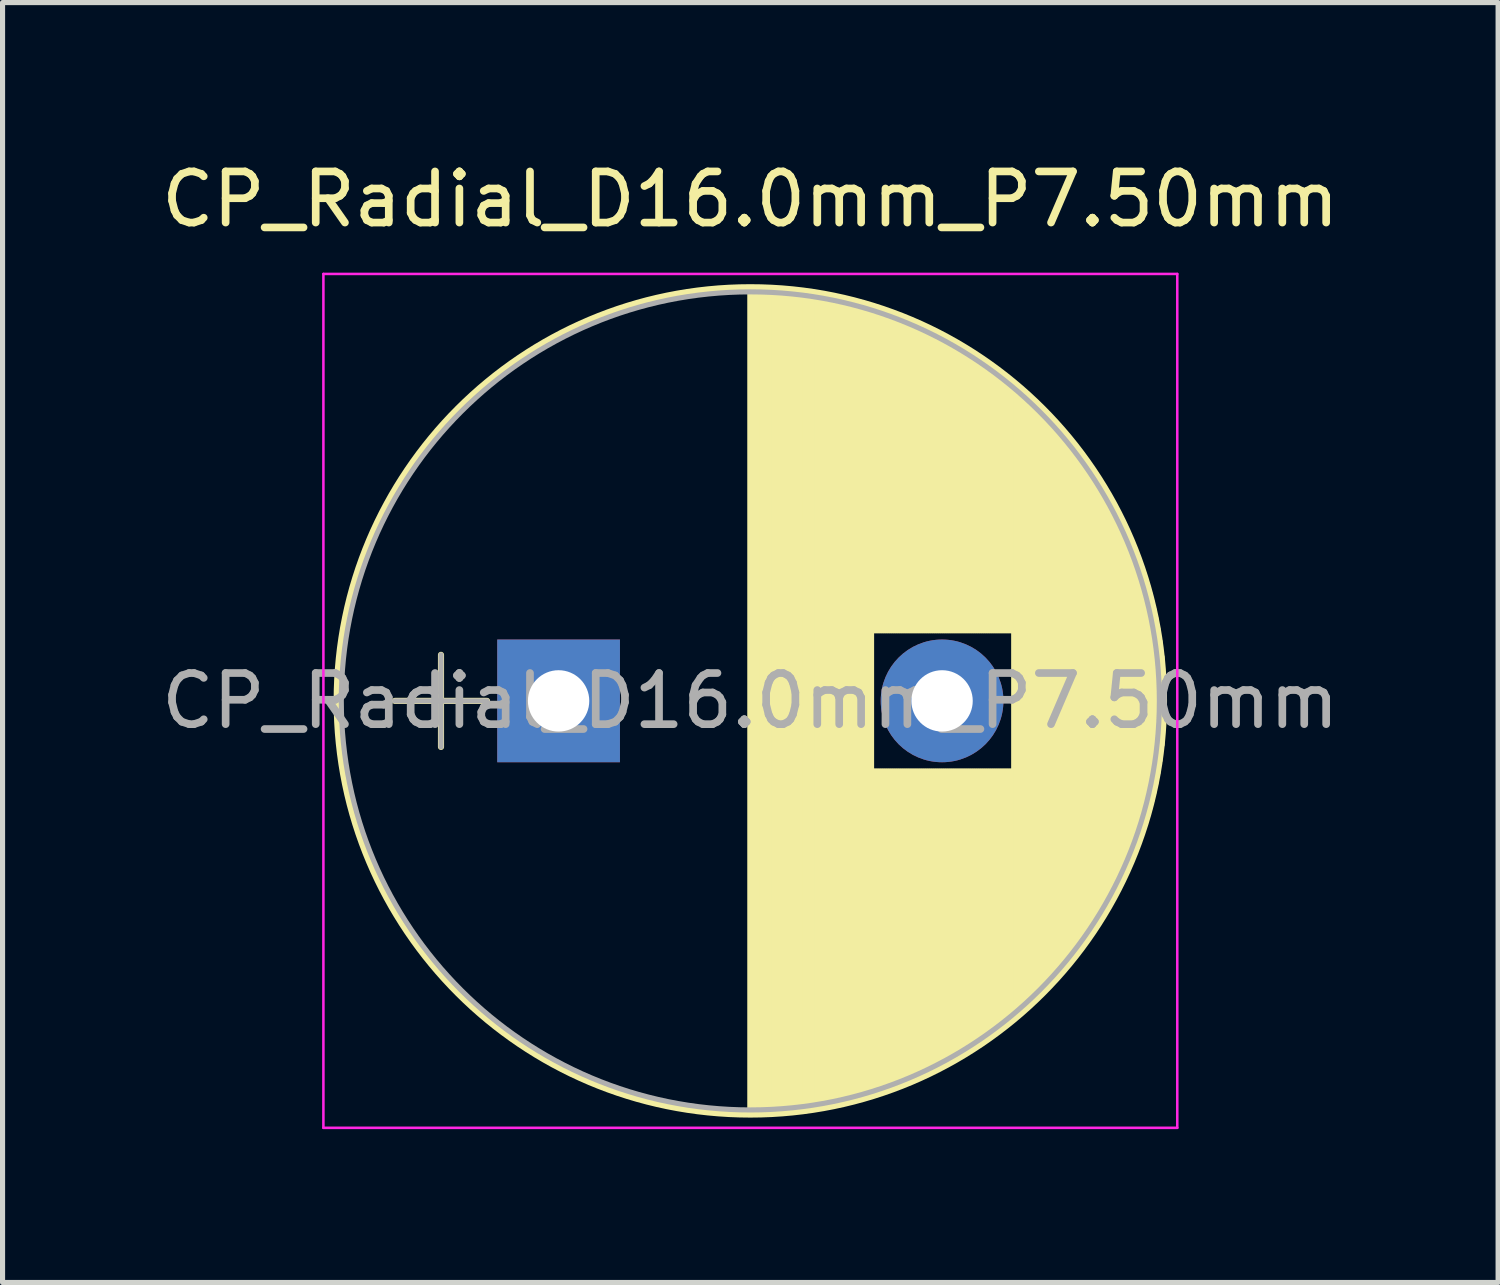
<source format=kicad_pcb>
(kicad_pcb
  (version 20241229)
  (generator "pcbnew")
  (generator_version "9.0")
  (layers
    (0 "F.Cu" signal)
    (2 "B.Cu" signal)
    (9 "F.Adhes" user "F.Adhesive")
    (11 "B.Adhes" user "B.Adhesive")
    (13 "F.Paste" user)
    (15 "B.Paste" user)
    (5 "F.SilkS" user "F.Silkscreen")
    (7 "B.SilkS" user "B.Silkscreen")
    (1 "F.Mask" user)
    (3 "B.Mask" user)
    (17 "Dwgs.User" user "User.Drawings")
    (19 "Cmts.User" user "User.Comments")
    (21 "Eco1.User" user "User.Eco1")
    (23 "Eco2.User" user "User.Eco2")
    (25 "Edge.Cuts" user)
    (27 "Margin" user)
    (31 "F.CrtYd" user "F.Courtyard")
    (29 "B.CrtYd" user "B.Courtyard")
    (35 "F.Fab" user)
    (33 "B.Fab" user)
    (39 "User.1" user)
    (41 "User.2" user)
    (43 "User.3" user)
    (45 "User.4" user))
  (footprint "CP_Radial_D16.0mm_P7.50mm"
    (layer "F.Cu")
    (at 7.875 10.658)
    (property "Reference" "CP_Radial_D16.0mm_P7.50mm" (at 3.75 -9.81 0) (layer "F.SilkS") (effects (font (size 1 1) (thickness 0.15))))
    (attr through_hole)
    (fp_line (start -3.2 0) (end -1.4 0) (stroke (width 0.12) (type solid)) (layer "F.SilkS"))
    (fp_line (start -2.3 -0.9) (end -2.3 0.9) (stroke (width 0.12) (type solid)) (layer "F.SilkS"))
    (fp_line (start 3.75 -8.051) (end 3.75 8.051) (stroke (width 0.12) (type solid)) (layer "F.SilkS"))
    (fp_line (start 3.79 -8.05) (end 3.79 8.05) (stroke (width 0.12) (type solid)) (layer "F.SilkS"))
    (fp_line (start 3.83 -8.05) (end 3.83 8.05) (stroke (width 0.12) (type solid)) (layer "F.SilkS"))
    (fp_line (start 3.87 -8.05) (end 3.87 8.05) (stroke (width 0.12) (type solid)) (layer "F.SilkS"))
    (fp_line (start 3.91 -8.049) (end 3.91 8.049) (stroke (width 0.12) (type solid)) (layer "F.SilkS"))
    (fp_line (start 3.95 -8.048) (end 3.95 8.048) (stroke (width 0.12) (type solid)) (layer "F.SilkS"))
    (fp_line (start 3.99 -8.047) (end 3.99 8.047) (stroke (width 0.12) (type solid)) (layer "F.SilkS"))
    (fp_line (start 4.03 -8.046) (end 4.03 8.046) (stroke (width 0.12) (type solid)) (layer "F.SilkS"))
    (fp_line (start 4.07 -8.044) (end 4.07 8.044) (stroke (width 0.12) (type solid)) (layer "F.SilkS"))
    (fp_line (start 4.11 -8.042) (end 4.11 8.042) (stroke (width 0.12) (type solid)) (layer "F.SilkS"))
    (fp_line (start 4.15 -8.041) (end 4.15 8.041) (stroke (width 0.12) (type solid)) (layer "F.SilkS"))
    (fp_line (start 4.19 -8.039) (end 4.19 8.039) (stroke (width 0.12) (type solid)) (layer "F.SilkS"))
    (fp_line (start 4.23 -8.036) (end 4.23 8.036) (stroke (width 0.12) (type solid)) (layer "F.SilkS"))
    (fp_line (start 4.27 -8.034) (end 4.27 8.034) (stroke (width 0.12) (type solid)) (layer "F.SilkS"))
    (fp_line (start 4.31 -8.031) (end 4.31 8.031) (stroke (width 0.12) (type solid)) (layer "F.SilkS"))
    (fp_line (start 4.35 -8.028) (end 4.35 8.028) (stroke (width 0.12) (type solid)) (layer "F.SilkS"))
    (fp_line (start 4.39 -8.025) (end 4.39 8.025) (stroke (width 0.12) (type solid)) (layer "F.SilkS"))
    (fp_line (start 4.43 -8.022) (end 4.43 8.022) (stroke (width 0.12) (type solid)) (layer "F.SilkS"))
    (fp_line (start 4.471 -8.018) (end 4.471 8.018) (stroke (width 0.12) (type solid)) (layer "F.SilkS"))
    (fp_line (start 4.511 -8.015) (end 4.511 8.015) (stroke (width 0.12) (type solid)) (layer "F.SilkS"))
    (fp_line (start 4.551 -8.011) (end 4.551 8.011) (stroke (width 0.12) (type solid)) (layer "F.SilkS"))
    (fp_line (start 4.591 -8.007) (end 4.591 8.007) (stroke (width 0.12) (type solid)) (layer "F.SilkS"))
    (fp_line (start 4.631 -8.002) (end 4.631 8.002) (stroke (width 0.12) (type solid)) (layer "F.SilkS"))
    (fp_line (start 4.671 -7.998) (end 4.671 7.998) (stroke (width 0.12) (type solid)) (layer "F.SilkS"))
    (fp_line (start 4.711 -7.993) (end 4.711 7.993) (stroke (width 0.12) (type solid)) (layer "F.SilkS"))
    (fp_line (start 4.751 -7.988) (end 4.751 7.988) (stroke (width 0.12) (type solid)) (layer "F.SilkS"))
    (fp_line (start 4.791 -7.983) (end 4.791 7.983) (stroke (width 0.12) (type solid)) (layer "F.SilkS"))
    (fp_line (start 4.831 -7.978) (end 4.831 7.978) (stroke (width 0.12) (type solid)) (layer "F.SilkS"))
    (fp_line (start 4.871 -7.973) (end 4.871 7.973) (stroke (width 0.12) (type solid)) (layer "F.SilkS"))
    (fp_line (start 4.911 -7.967) (end 4.911 7.967) (stroke (width 0.12) (type solid)) (layer "F.SilkS"))
    (fp_line (start 4.951 -7.961) (end 4.951 7.961) (stroke (width 0.12) (type solid)) (layer "F.SilkS"))
    (fp_line (start 4.991 -7.955) (end 4.991 7.955) (stroke (width 0.12) (type solid)) (layer "F.SilkS"))
    (fp_line (start 5.031 -7.949) (end 5.031 7.949) (stroke (width 0.12) (type solid)) (layer "F.SilkS"))
    (fp_line (start 5.071 -7.942) (end 5.071 7.942) (stroke (width 0.12) (type solid)) (layer "F.SilkS"))
    (fp_line (start 5.111 -7.935) (end 5.111 7.935) (stroke (width 0.12) (type solid)) (layer "F.SilkS"))
    (fp_line (start 5.151 -7.928) (end 5.151 7.928) (stroke (width 0.12) (type solid)) (layer "F.SilkS"))
    (fp_line (start 5.191 -7.921) (end 5.191 7.921) (stroke (width 0.12) (type solid)) (layer "F.SilkS"))
    (fp_line (start 5.231 -7.914) (end 5.231 7.914) (stroke (width 0.12) (type solid)) (layer "F.SilkS"))
    (fp_line (start 5.271 -7.906) (end 5.271 7.906) (stroke (width 0.12) (type solid)) (layer "F.SilkS"))
    (fp_line (start 5.311 -7.899) (end 5.311 7.899) (stroke (width 0.12) (type solid)) (layer "F.SilkS"))
    (fp_line (start 5.351 -7.891) (end 5.351 7.891) (stroke (width 0.12) (type solid)) (layer "F.SilkS"))
    (fp_line (start 5.391 -7.883) (end 5.391 7.883) (stroke (width 0.12) (type solid)) (layer "F.SilkS"))
    (fp_line (start 5.431 -7.874) (end 5.431 7.874) (stroke (width 0.12) (type solid)) (layer "F.SilkS"))
    (fp_line (start 5.471 -7.866) (end 5.471 7.866) (stroke (width 0.12) (type solid)) (layer "F.SilkS"))
    (fp_line (start 5.511 -7.857) (end 5.511 7.857) (stroke (width 0.12) (type solid)) (layer "F.SilkS"))
    (fp_line (start 5.551 -7.848) (end 5.551 7.848) (stroke (width 0.12) (type solid)) (layer "F.SilkS"))
    (fp_line (start 5.591 -7.838) (end 5.591 7.838) (stroke (width 0.12) (type solid)) (layer "F.SilkS"))
    (fp_line (start 5.631 -7.829) (end 5.631 7.829) (stroke (width 0.12) (type solid)) (layer "F.SilkS"))
    (fp_line (start 5.671 -7.819) (end 5.671 7.819) (stroke (width 0.12) (type solid)) (layer "F.SilkS"))
    (fp_line (start 5.711 -7.809) (end 5.711 7.809) (stroke (width 0.12) (type solid)) (layer "F.SilkS"))
    (fp_line (start 5.751 -7.799) (end 5.751 7.799) (stroke (width 0.12) (type solid)) (layer "F.SilkS"))
    (fp_line (start 5.791 -7.789) (end 5.791 7.789) (stroke (width 0.12) (type solid)) (layer "F.SilkS"))
    (fp_line (start 5.831 -7.779) (end 5.831 7.779) (stroke (width 0.12) (type solid)) (layer "F.SilkS"))
    (fp_line (start 5.871 -7.768) (end 5.871 7.768) (stroke (width 0.12) (type solid)) (layer "F.SilkS"))
    (fp_line (start 5.911 -7.757) (end 5.911 7.757) (stroke (width 0.12) (type solid)) (layer "F.SilkS"))
    (fp_line (start 5.951 -7.746) (end 5.951 7.746) (stroke (width 0.12) (type solid)) (layer "F.SilkS"))
    (fp_line (start 5.991 -7.734) (end 5.991 7.734) (stroke (width 0.12) (type solid)) (layer "F.SilkS"))
    (fp_line (start 6.031 -7.723) (end 6.031 7.723) (stroke (width 0.12) (type solid)) (layer "F.SilkS"))
    (fp_line (start 6.071 -7.711) (end 6.071 7.711) (stroke (width 0.12) (type solid)) (layer "F.SilkS"))
    (fp_line (start 6.111 -7.699) (end 6.111 7.699) (stroke (width 0.12) (type solid)) (layer "F.SilkS"))
    (fp_line (start 6.151 -7.686) (end 6.151 -1.38) (stroke (width 0.12) (type solid)) (layer "F.SilkS"))
    (fp_line (start 6.151 1.38) (end 6.151 7.686) (stroke (width 0.12) (type solid)) (layer "F.SilkS"))
    (fp_line (start 6.191 -7.674) (end 6.191 -1.38) (stroke (width 0.12) (type solid)) (layer "F.SilkS"))
    (fp_line (start 6.191 1.38) (end 6.191 7.674) (stroke (width 0.12) (type solid)) (layer "F.SilkS"))
    (fp_line (start 6.231 -7.661) (end 6.231 -1.38) (stroke (width 0.12) (type solid)) (layer "F.SilkS"))
    (fp_line (start 6.231 1.38) (end 6.231 7.661) (stroke (width 0.12) (type solid)) (layer "F.SilkS"))
    (fp_line (start 6.271 -7.648) (end 6.271 -1.38) (stroke (width 0.12) (type solid)) (layer "F.SilkS"))
    (fp_line (start 6.271 1.38) (end 6.271 7.648) (stroke (width 0.12) (type solid)) (layer "F.SilkS"))
    (fp_line (start 6.311 -7.635) (end 6.311 -1.38) (stroke (width 0.12) (type solid)) (layer "F.SilkS"))
    (fp_line (start 6.311 1.38) (end 6.311 7.635) (stroke (width 0.12) (type solid)) (layer "F.SilkS"))
    (fp_line (start 6.351 -7.621) (end 6.351 -1.38) (stroke (width 0.12) (type solid)) (layer "F.SilkS"))
    (fp_line (start 6.351 1.38) (end 6.351 7.621) (stroke (width 0.12) (type solid)) (layer "F.SilkS"))
    (fp_line (start 6.391 -7.608) (end 6.391 -1.38) (stroke (width 0.12) (type solid)) (layer "F.SilkS"))
    (fp_line (start 6.391 1.38) (end 6.391 7.608) (stroke (width 0.12) (type solid)) (layer "F.SilkS"))
    (fp_line (start 6.431 -7.594) (end 6.431 -1.38) (stroke (width 0.12) (type solid)) (layer "F.SilkS"))
    (fp_line (start 6.431 1.38) (end 6.431 7.594) (stroke (width 0.12) (type solid)) (layer "F.SilkS"))
    (fp_line (start 6.471 -7.58) (end 6.471 -1.38) (stroke (width 0.12) (type solid)) (layer "F.SilkS"))
    (fp_line (start 6.471 1.38) (end 6.471 7.58) (stroke (width 0.12) (type solid)) (layer "F.SilkS"))
    (fp_line (start 6.511 -7.565) (end 6.511 -1.38) (stroke (width 0.12) (type solid)) (layer "F.SilkS"))
    (fp_line (start 6.511 1.38) (end 6.511 7.565) (stroke (width 0.12) (type solid)) (layer "F.SilkS"))
    (fp_line (start 6.551 -7.55) (end 6.551 -1.38) (stroke (width 0.12) (type solid)) (layer "F.SilkS"))
    (fp_line (start 6.551 1.38) (end 6.551 7.55) (stroke (width 0.12) (type solid)) (layer "F.SilkS"))
    (fp_line (start 6.591 -7.536) (end 6.591 -1.38) (stroke (width 0.12) (type solid)) (layer "F.SilkS"))
    (fp_line (start 6.591 1.38) (end 6.591 7.536) (stroke (width 0.12) (type solid)) (layer "F.SilkS"))
    (fp_line (start 6.631 -7.521) (end 6.631 -1.38) (stroke (width 0.12) (type solid)) (layer "F.SilkS"))
    (fp_line (start 6.631 1.38) (end 6.631 7.521) (stroke (width 0.12) (type solid)) (layer "F.SilkS"))
    (fp_line (start 6.671 -7.505) (end 6.671 -1.38) (stroke (width 0.12) (type solid)) (layer "F.SilkS"))
    (fp_line (start 6.671 1.38) (end 6.671 7.505) (stroke (width 0.12) (type solid)) (layer "F.SilkS"))
    (fp_line (start 6.711 -7.49) (end 6.711 -1.38) (stroke (width 0.12) (type solid)) (layer "F.SilkS"))
    (fp_line (start 6.711 1.38) (end 6.711 7.49) (stroke (width 0.12) (type solid)) (layer "F.SilkS"))
    (fp_line (start 6.751 -7.474) (end 6.751 -1.38) (stroke (width 0.12) (type solid)) (layer "F.SilkS"))
    (fp_line (start 6.751 1.38) (end 6.751 7.474) (stroke (width 0.12) (type solid)) (layer "F.SilkS"))
    (fp_line (start 6.791 -7.458) (end 6.791 -1.38) (stroke (width 0.12) (type solid)) (layer "F.SilkS"))
    (fp_line (start 6.791 1.38) (end 6.791 7.458) (stroke (width 0.12) (type solid)) (layer "F.SilkS"))
    (fp_line (start 6.831 -7.441) (end 6.831 -1.38) (stroke (width 0.12) (type solid)) (layer "F.SilkS"))
    (fp_line (start 6.831 1.38) (end 6.831 7.441) (stroke (width 0.12) (type solid)) (layer "F.SilkS"))
    (fp_line (start 6.871 -7.425) (end 6.871 -1.38) (stroke (width 0.12) (type solid)) (layer "F.SilkS"))
    (fp_line (start 6.871 1.38) (end 6.871 7.425) (stroke (width 0.12) (type solid)) (layer "F.SilkS"))
    (fp_line (start 6.911 -7.408) (end 6.911 -1.38) (stroke (width 0.12) (type solid)) (layer "F.SilkS"))
    (fp_line (start 6.911 1.38) (end 6.911 7.408) (stroke (width 0.12) (type solid)) (layer "F.SilkS"))
    (fp_line (start 6.951 -7.391) (end 6.951 -1.38) (stroke (width 0.12) (type solid)) (layer "F.SilkS"))
    (fp_line (start 6.951 1.38) (end 6.951 7.391) (stroke (width 0.12) (type solid)) (layer "F.SilkS"))
    (fp_line (start 6.991 -7.373) (end 6.991 -1.38) (stroke (width 0.12) (type solid)) (layer "F.SilkS"))
    (fp_line (start 6.991 1.38) (end 6.991 7.373) (stroke (width 0.12) (type solid)) (layer "F.SilkS"))
    (fp_line (start 7.031 -7.356) (end 7.031 -1.38) (stroke (width 0.12) (type solid)) (layer "F.SilkS"))
    (fp_line (start 7.031 1.38) (end 7.031 7.356) (stroke (width 0.12) (type solid)) (layer "F.SilkS"))
    (fp_line (start 7.071 -7.338) (end 7.071 -1.38) (stroke (width 0.12) (type solid)) (layer "F.SilkS"))
    (fp_line (start 7.071 1.38) (end 7.071 7.338) (stroke (width 0.12) (type solid)) (layer "F.SilkS"))
    (fp_line (start 7.111 -7.32) (end 7.111 -1.38) (stroke (width 0.12) (type solid)) (layer "F.SilkS"))
    (fp_line (start 7.111 1.38) (end 7.111 7.32) (stroke (width 0.12) (type solid)) (layer "F.SilkS"))
    (fp_line (start 7.151 -7.301) (end 7.151 -1.38) (stroke (width 0.12) (type solid)) (layer "F.SilkS"))
    (fp_line (start 7.151 1.38) (end 7.151 7.301) (stroke (width 0.12) (type solid)) (layer "F.SilkS"))
    (fp_line (start 7.191 -7.283) (end 7.191 -1.38) (stroke (width 0.12) (type solid)) (layer "F.SilkS"))
    (fp_line (start 7.191 1.38) (end 7.191 7.283) (stroke (width 0.12) (type solid)) (layer "F.SilkS"))
    (fp_line (start 7.231 -7.264) (end 7.231 -1.38) (stroke (width 0.12) (type solid)) (layer "F.SilkS"))
    (fp_line (start 7.231 1.38) (end 7.231 7.264) (stroke (width 0.12) (type solid)) (layer "F.SilkS"))
    (fp_line (start 7.271 -7.245) (end 7.271 -1.38) (stroke (width 0.12) (type solid)) (layer "F.SilkS"))
    (fp_line (start 7.271 1.38) (end 7.271 7.245) (stroke (width 0.12) (type solid)) (layer "F.SilkS"))
    (fp_line (start 7.311 -7.225) (end 7.311 -1.38) (stroke (width 0.12) (type solid)) (layer "F.SilkS"))
    (fp_line (start 7.311 1.38) (end 7.311 7.225) (stroke (width 0.12) (type solid)) (layer "F.SilkS"))
    (fp_line (start 7.351 -7.205) (end 7.351 -1.38) (stroke (width 0.12) (type solid)) (layer "F.SilkS"))
    (fp_line (start 7.351 1.38) (end 7.351 7.205) (stroke (width 0.12) (type solid)) (layer "F.SilkS"))
    (fp_line (start 7.391 -7.185) (end 7.391 -1.38) (stroke (width 0.12) (type solid)) (layer "F.SilkS"))
    (fp_line (start 7.391 1.38) (end 7.391 7.185) (stroke (width 0.12) (type solid)) (layer "F.SilkS"))
    (fp_line (start 7.431 -7.165) (end 7.431 -1.38) (stroke (width 0.12) (type solid)) (layer "F.SilkS"))
    (fp_line (start 7.431 1.38) (end 7.431 7.165) (stroke (width 0.12) (type solid)) (layer "F.SilkS"))
    (fp_line (start 7.471 -7.144) (end 7.471 -1.38) (stroke (width 0.12) (type solid)) (layer "F.SilkS"))
    (fp_line (start 7.471 1.38) (end 7.471 7.144) (stroke (width 0.12) (type solid)) (layer "F.SilkS"))
    (fp_line (start 7.511 -7.124) (end 7.511 -1.38) (stroke (width 0.12) (type solid)) (layer "F.SilkS"))
    (fp_line (start 7.511 1.38) (end 7.511 7.124) (stroke (width 0.12) (type solid)) (layer "F.SilkS"))
    (fp_line (start 7.551 -7.102) (end 7.551 -1.38) (stroke (width 0.12) (type solid)) (layer "F.SilkS"))
    (fp_line (start 7.551 1.38) (end 7.551 7.102) (stroke (width 0.12) (type solid)) (layer "F.SilkS"))
    (fp_line (start 7.591 -7.081) (end 7.591 -1.38) (stroke (width 0.12) (type solid)) (layer "F.SilkS"))
    (fp_line (start 7.591 1.38) (end 7.591 7.081) (stroke (width 0.12) (type solid)) (layer "F.SilkS"))
    (fp_line (start 7.631 -7.059) (end 7.631 -1.38) (stroke (width 0.12) (type solid)) (layer "F.SilkS"))
    (fp_line (start 7.631 1.38) (end 7.631 7.059) (stroke (width 0.12) (type solid)) (layer "F.SilkS"))
    (fp_line (start 7.671 -7.037) (end 7.671 -1.38) (stroke (width 0.12) (type solid)) (layer "F.SilkS"))
    (fp_line (start 7.671 1.38) (end 7.671 7.037) (stroke (width 0.12) (type solid)) (layer "F.SilkS"))
    (fp_line (start 7.711 -7.015) (end 7.711 -1.38) (stroke (width 0.12) (type solid)) (layer "F.SilkS"))
    (fp_line (start 7.711 1.38) (end 7.711 7.015) (stroke (width 0.12) (type solid)) (layer "F.SilkS"))
    (fp_line (start 7.751 -6.992) (end 7.751 -1.38) (stroke (width 0.12) (type solid)) (layer "F.SilkS"))
    (fp_line (start 7.751 1.38) (end 7.751 6.992) (stroke (width 0.12) (type solid)) (layer "F.SilkS"))
    (fp_line (start 7.791 -6.97) (end 7.791 -1.38) (stroke (width 0.12) (type solid)) (layer "F.SilkS"))
    (fp_line (start 7.791 1.38) (end 7.791 6.97) (stroke (width 0.12) (type solid)) (layer "F.SilkS"))
    (fp_line (start 7.831 -6.946) (end 7.831 -1.38) (stroke (width 0.12) (type solid)) (layer "F.SilkS"))
    (fp_line (start 7.831 1.38) (end 7.831 6.946) (stroke (width 0.12) (type solid)) (layer "F.SilkS"))
    (fp_line (start 7.871 -6.923) (end 7.871 -1.38) (stroke (width 0.12) (type solid)) (layer "F.SilkS"))
    (fp_line (start 7.871 1.38) (end 7.871 6.923) (stroke (width 0.12) (type solid)) (layer "F.SilkS"))
    (fp_line (start 7.911 -6.899) (end 7.911 -1.38) (stroke (width 0.12) (type solid)) (layer "F.SilkS"))
    (fp_line (start 7.911 1.38) (end 7.911 6.899) (stroke (width 0.12) (type solid)) (layer "F.SilkS"))
    (fp_line (start 7.951 -6.875) (end 7.951 -1.38) (stroke (width 0.12) (type solid)) (layer "F.SilkS"))
    (fp_line (start 7.951 1.38) (end 7.951 6.875) (stroke (width 0.12) (type solid)) (layer "F.SilkS"))
    (fp_line (start 7.991 -6.85) (end 7.991 -1.38) (stroke (width 0.12) (type solid)) (layer "F.SilkS"))
    (fp_line (start 7.991 1.38) (end 7.991 6.85) (stroke (width 0.12) (type solid)) (layer "F.SilkS"))
    (fp_line (start 8.031 -6.826) (end 8.031 -1.38) (stroke (width 0.12) (type solid)) (layer "F.SilkS"))
    (fp_line (start 8.031 1.38) (end 8.031 6.826) (stroke (width 0.12) (type solid)) (layer "F.SilkS"))
    (fp_line (start 8.071 -6.801) (end 8.071 -1.38) (stroke (width 0.12) (type solid)) (layer "F.SilkS"))
    (fp_line (start 8.071 1.38) (end 8.071 6.801) (stroke (width 0.12) (type solid)) (layer "F.SilkS"))
    (fp_line (start 8.111 -6.775) (end 8.111 -1.38) (stroke (width 0.12) (type solid)) (layer "F.SilkS"))
    (fp_line (start 8.111 1.38) (end 8.111 6.775) (stroke (width 0.12) (type solid)) (layer "F.SilkS"))
    (fp_line (start 8.151 -6.749) (end 8.151 -1.38) (stroke (width 0.12) (type solid)) (layer "F.SilkS"))
    (fp_line (start 8.151 1.38) (end 8.151 6.749) (stroke (width 0.12) (type solid)) (layer "F.SilkS"))
    (fp_line (start 8.191 -6.723) (end 8.191 -1.38) (stroke (width 0.12) (type solid)) (layer "F.SilkS"))
    (fp_line (start 8.191 1.38) (end 8.191 6.723) (stroke (width 0.12) (type solid)) (layer "F.SilkS"))
    (fp_line (start 8.231 -6.697) (end 8.231 -1.38) (stroke (width 0.12) (type solid)) (layer "F.SilkS"))
    (fp_line (start 8.231 1.38) (end 8.231 6.697) (stroke (width 0.12) (type solid)) (layer "F.SilkS"))
    (fp_line (start 8.271 -6.67) (end 8.271 -1.38) (stroke (width 0.12) (type solid)) (layer "F.SilkS"))
    (fp_line (start 8.271 1.38) (end 8.271 6.67) (stroke (width 0.12) (type solid)) (layer "F.SilkS"))
    (fp_line (start 8.311 -6.643) (end 8.311 -1.38) (stroke (width 0.12) (type solid)) (layer "F.SilkS"))
    (fp_line (start 8.311 1.38) (end 8.311 6.643) (stroke (width 0.12) (type solid)) (layer "F.SilkS"))
    (fp_line (start 8.351 -6.615) (end 8.351 -1.38) (stroke (width 0.12) (type solid)) (layer "F.SilkS"))
    (fp_line (start 8.351 1.38) (end 8.351 6.615) (stroke (width 0.12) (type solid)) (layer "F.SilkS"))
    (fp_line (start 8.391 -6.588) (end 8.391 -1.38) (stroke (width 0.12) (type solid)) (layer "F.SilkS"))
    (fp_line (start 8.391 1.38) (end 8.391 6.588) (stroke (width 0.12) (type solid)) (layer "F.SilkS"))
    (fp_line (start 8.431 -6.559) (end 8.431 -1.38) (stroke (width 0.12) (type solid)) (layer "F.SilkS"))
    (fp_line (start 8.431 1.38) (end 8.431 6.559) (stroke (width 0.12) (type solid)) (layer "F.SilkS"))
    (fp_line (start 8.471 -6.531) (end 8.471 -1.38) (stroke (width 0.12) (type solid)) (layer "F.SilkS"))
    (fp_line (start 8.471 1.38) (end 8.471 6.531) (stroke (width 0.12) (type solid)) (layer "F.SilkS"))
    (fp_line (start 8.511 -6.502) (end 8.511 -1.38) (stroke (width 0.12) (type solid)) (layer "F.SilkS"))
    (fp_line (start 8.511 1.38) (end 8.511 6.502) (stroke (width 0.12) (type solid)) (layer "F.SilkS"))
    (fp_line (start 8.551 -6.473) (end 8.551 -1.38) (stroke (width 0.12) (type solid)) (layer "F.SilkS"))
    (fp_line (start 8.551 1.38) (end 8.551 6.473) (stroke (width 0.12) (type solid)) (layer "F.SilkS"))
    (fp_line (start 8.591 -6.443) (end 8.591 -1.38) (stroke (width 0.12) (type solid)) (layer "F.SilkS"))
    (fp_line (start 8.591 1.38) (end 8.591 6.443) (stroke (width 0.12) (type solid)) (layer "F.SilkS"))
    (fp_line (start 8.631 -6.413) (end 8.631 -1.38) (stroke (width 0.12) (type solid)) (layer "F.SilkS"))
    (fp_line (start 8.631 1.38) (end 8.631 6.413) (stroke (width 0.12) (type solid)) (layer "F.SilkS"))
    (fp_line (start 8.671 -6.382) (end 8.671 -1.38) (stroke (width 0.12) (type solid)) (layer "F.SilkS"))
    (fp_line (start 8.671 1.38) (end 8.671 6.382) (stroke (width 0.12) (type solid)) (layer "F.SilkS"))
    (fp_line (start 8.711 -6.352) (end 8.711 -1.38) (stroke (width 0.12) (type solid)) (layer "F.SilkS"))
    (fp_line (start 8.711 1.38) (end 8.711 6.352) (stroke (width 0.12) (type solid)) (layer "F.SilkS"))
    (fp_line (start 8.751 -6.32) (end 8.751 -1.38) (stroke (width 0.12) (type solid)) (layer "F.SilkS"))
    (fp_line (start 8.751 1.38) (end 8.751 6.32) (stroke (width 0.12) (type solid)) (layer "F.SilkS"))
    (fp_line (start 8.791 -6.289) (end 8.791 -1.38) (stroke (width 0.12) (type solid)) (layer "F.SilkS"))
    (fp_line (start 8.791 1.38) (end 8.791 6.289) (stroke (width 0.12) (type solid)) (layer "F.SilkS"))
    (fp_line (start 8.831 -6.257) (end 8.831 -1.38) (stroke (width 0.12) (type solid)) (layer "F.SilkS"))
    (fp_line (start 8.831 1.38) (end 8.831 6.257) (stroke (width 0.12) (type solid)) (layer "F.SilkS"))
    (fp_line (start 8.871 -6.224) (end 8.871 -1.38) (stroke (width 0.12) (type solid)) (layer "F.SilkS"))
    (fp_line (start 8.871 1.38) (end 8.871 6.224) (stroke (width 0.12) (type solid)) (layer "F.SilkS"))
    (fp_line (start 8.911 -6.191) (end 8.911 6.191) (stroke (width 0.12) (type solid)) (layer "F.SilkS"))
    (fp_line (start 8.951 -6.158) (end 8.951 6.158) (stroke (width 0.12) (type solid)) (layer "F.SilkS"))
    (fp_line (start 8.991 -6.124) (end 8.991 6.124) (stroke (width 0.12) (type solid)) (layer "F.SilkS"))
    (fp_line (start 9.031 -6.09) (end 9.031 6.09) (stroke (width 0.12) (type solid)) (layer "F.SilkS"))
    (fp_line (start 9.071 -6.055) (end 9.071 6.055) (stroke (width 0.12) (type solid)) (layer "F.SilkS"))
    (fp_line (start 9.111 -6.02) (end 9.111 6.02) (stroke (width 0.12) (type solid)) (layer "F.SilkS"))
    (fp_line (start 9.151 -5.984) (end 9.151 5.984) (stroke (width 0.12) (type solid)) (layer "F.SilkS"))
    (fp_line (start 9.191 -5.948) (end 9.191 5.948) (stroke (width 0.12) (type solid)) (layer "F.SilkS"))
    (fp_line (start 9.231 -5.912) (end 9.231 5.912) (stroke (width 0.12) (type solid)) (layer "F.SilkS"))
    (fp_line (start 9.271 -5.875) (end 9.271 5.875) (stroke (width 0.12) (type solid)) (layer "F.SilkS"))
    (fp_line (start 9.311 -5.837) (end 9.311 5.837) (stroke (width 0.12) (type solid)) (layer "F.SilkS"))
    (fp_line (start 9.351 -5.799) (end 9.351 5.799) (stroke (width 0.12) (type solid)) (layer "F.SilkS"))
    (fp_line (start 9.391 -5.76) (end 9.391 5.76) (stroke (width 0.12) (type solid)) (layer "F.SilkS"))
    (fp_line (start 9.431 -5.721) (end 9.431 5.721) (stroke (width 0.12) (type solid)) (layer "F.SilkS"))
    (fp_line (start 9.471 -5.681) (end 9.471 5.681) (stroke (width 0.12) (type solid)) (layer "F.SilkS"))
    (fp_line (start 9.511 -5.641) (end 9.511 5.641) (stroke (width 0.12) (type solid)) (layer "F.SilkS"))
    (fp_line (start 9.551 -5.6) (end 9.551 5.6) (stroke (width 0.12) (type solid)) (layer "F.SilkS"))
    (fp_line (start 9.591 -5.559) (end 9.591 5.559) (stroke (width 0.12) (type solid)) (layer "F.SilkS"))
    (fp_line (start 9.631 -5.517) (end 9.631 5.517) (stroke (width 0.12) (type solid)) (layer "F.SilkS"))
    (fp_line (start 9.671 -5.474) (end 9.671 5.474) (stroke (width 0.12) (type solid)) (layer "F.SilkS"))
    (fp_line (start 9.711 -5.431) (end 9.711 5.431) (stroke (width 0.12) (type solid)) (layer "F.SilkS"))
    (fp_line (start 9.751 -5.387) (end 9.751 5.387) (stroke (width 0.12) (type solid)) (layer "F.SilkS"))
    (fp_line (start 9.791 -5.343) (end 9.791 5.343) (stroke (width 0.12) (type solid)) (layer "F.SilkS"))
    (fp_line (start 9.831 -5.297) (end 9.831 5.297) (stroke (width 0.12) (type solid)) (layer "F.SilkS"))
    (fp_line (start 9.871 -5.251) (end 9.871 5.251) (stroke (width 0.12) (type solid)) (layer "F.SilkS"))
    (fp_line (start 9.911 -5.205) (end 9.911 5.205) (stroke (width 0.12) (type solid)) (layer "F.SilkS"))
    (fp_line (start 9.951 -5.157) (end 9.951 5.157) (stroke (width 0.12) (type solid)) (layer "F.SilkS"))
    (fp_line (start 9.991 -5.109) (end 9.991 5.109) (stroke (width 0.12) (type solid)) (layer "F.SilkS"))
    (fp_line (start 10.031 -5.06) (end 10.031 5.06) (stroke (width 0.12) (type solid)) (layer "F.SilkS"))
    (fp_line (start 10.071 -5.011) (end 10.071 5.011) (stroke (width 0.12) (type solid)) (layer "F.SilkS"))
    (fp_line (start 10.111 -4.96) (end 10.111 4.96) (stroke (width 0.12) (type solid)) (layer "F.SilkS"))
    (fp_line (start 10.151 -4.909) (end 10.151 4.909) (stroke (width 0.12) (type solid)) (layer "F.SilkS"))
    (fp_line (start 10.191 -4.857) (end 10.191 4.857) (stroke (width 0.12) (type solid)) (layer "F.SilkS"))
    (fp_line (start 10.231 -4.804) (end 10.231 4.804) (stroke (width 0.12) (type solid)) (layer "F.SilkS"))
    (fp_line (start 10.271 -4.75) (end 10.271 4.75) (stroke (width 0.12) (type solid)) (layer "F.SilkS"))
    (fp_line (start 10.311 -4.695) (end 10.311 4.695) (stroke (width 0.12) (type solid)) (layer "F.SilkS"))
    (fp_line (start 10.351 -4.639) (end 10.351 4.639) (stroke (width 0.12) (type solid)) (layer "F.SilkS"))
    (fp_line (start 10.391 -4.582) (end 10.391 4.582) (stroke (width 0.12) (type solid)) (layer "F.SilkS"))
    (fp_line (start 10.431 -4.524) (end 10.431 4.524) (stroke (width 0.12) (type solid)) (layer "F.SilkS"))
    (fp_line (start 10.471 -4.465) (end 10.471 4.465) (stroke (width 0.12) (type solid)) (layer "F.SilkS"))
    (fp_line (start 10.511 -4.405) (end 10.511 4.405) (stroke (width 0.12) (type solid)) (layer "F.SilkS"))
    (fp_line (start 10.551 -4.343) (end 10.551 4.343) (stroke (width 0.12) (type solid)) (layer "F.SilkS"))
    (fp_line (start 10.591 -4.281) (end 10.591 4.281) (stroke (width 0.12) (type solid)) (layer "F.SilkS"))
    (fp_line (start 10.631 -4.217) (end 10.631 4.217) (stroke (width 0.12) (type solid)) (layer "F.SilkS"))
    (fp_line (start 10.671 -4.151) (end 10.671 4.151) (stroke (width 0.12) (type solid)) (layer "F.SilkS"))
    (fp_line (start 10.711 -4.084) (end 10.711 4.084) (stroke (width 0.12) (type solid)) (layer "F.SilkS"))
    (fp_line (start 10.751 -4.016) (end 10.751 4.016) (stroke (width 0.12) (type solid)) (layer "F.SilkS"))
    (fp_line (start 10.791 -3.946) (end 10.791 3.946) (stroke (width 0.12) (type solid)) (layer "F.SilkS"))
    (fp_line (start 10.831 -3.875) (end 10.831 3.875) (stroke (width 0.12) (type solid)) (layer "F.SilkS"))
    (fp_line (start 10.871 -3.802) (end 10.871 3.802) (stroke (width 0.12) (type solid)) (layer "F.SilkS"))
    (fp_line (start 10.911 -3.726) (end 10.911 3.726) (stroke (width 0.12) (type solid)) (layer "F.SilkS"))
    (fp_line (start 10.951 -3.649) (end 10.951 3.649) (stroke (width 0.12) (type solid)) (layer "F.SilkS"))
    (fp_line (start 10.991 -3.57) (end 10.991 3.57) (stroke (width 0.12) (type solid)) (layer "F.SilkS"))
    (fp_line (start 11.031 -3.489) (end 11.031 3.489) (stroke (width 0.12) (type solid)) (layer "F.SilkS"))
    (fp_line (start 11.071 -3.405) (end 11.071 3.405) (stroke (width 0.12) (type solid)) (layer "F.SilkS"))
    (fp_line (start 11.111 -3.319) (end 11.111 3.319) (stroke (width 0.12) (type solid)) (layer "F.SilkS"))
    (fp_line (start 11.151 -3.23) (end 11.151 3.23) (stroke (width 0.12) (type solid)) (layer "F.SilkS"))
    (fp_line (start 11.191 -3.138) (end 11.191 3.138) (stroke (width 0.12) (type solid)) (layer "F.SilkS"))
    (fp_line (start 11.231 -3.042) (end 11.231 3.042) (stroke (width 0.12) (type solid)) (layer "F.SilkS"))
    (fp_line (start 11.271 -2.943) (end 11.271 2.943) (stroke (width 0.12) (type solid)) (layer "F.SilkS"))
    (fp_line (start 11.311 -2.841) (end 11.311 2.841) (stroke (width 0.12) (type solid)) (layer "F.SilkS"))
    (fp_line (start 11.351 -2.733) (end 11.351 2.733) (stroke (width 0.12) (type solid)) (layer "F.SilkS"))
    (fp_line (start 11.391 -2.621) (end 11.391 2.621) (stroke (width 0.12) (type solid)) (layer "F.SilkS"))
    (fp_line (start 11.431 -2.503) (end 11.431 2.503) (stroke (width 0.12) (type solid)) (layer "F.SilkS"))
    (fp_line (start 11.471 -2.379) (end 11.471 2.379) (stroke (width 0.12) (type solid)) (layer "F.SilkS"))
    (fp_line (start 11.511 -2.248) (end 11.511 2.248) (stroke (width 0.12) (type solid)) (layer "F.SilkS"))
    (fp_line (start 11.551 -2.107) (end 11.551 2.107) (stroke (width 0.12) (type solid)) (layer "F.SilkS"))
    (fp_line (start 11.591 -1.956) (end 11.591 1.956) (stroke (width 0.12) (type solid)) (layer "F.SilkS"))
    (fp_line (start 11.631 -1.792) (end 11.631 1.792) (stroke (width 0.12) (type solid)) (layer "F.SilkS"))
    (fp_line (start 11.671 -1.61) (end 11.671 1.61) (stroke (width 0.12) (type solid)) (layer "F.SilkS"))
    (fp_line (start 11.711 -1.405) (end 11.711 1.405) (stroke (width 0.12) (type solid)) (layer "F.SilkS"))
    (fp_line (start 11.751 -1.164) (end 11.751 1.164) (stroke (width 0.12) (type solid)) (layer "F.SilkS"))
    (fp_line (start 11.791 -0.859) (end 11.791 0.859) (stroke (width 0.12) (type solid)) (layer "F.SilkS"))
    (fp_line (start 11.831 -0.363) (end 11.831 0.363) (stroke (width 0.12) (type solid)) (layer "F.SilkS"))
    (fp_circle (center 3.75 0) (end 11.84 0) (stroke (width 0.12) (type solid)) (fill no) (layer "F.SilkS"))
    (fp_line (start -4.6 -8.35) (end -4.6 8.35) (stroke (width 0.05) (type solid)) (layer "F.CrtYd"))
    (fp_line (start -4.6 8.35) (end 12.1 8.35) (stroke (width 0.05) (type solid)) (layer "F.CrtYd"))
    (fp_line (start 12.1 -8.35) (end -4.6 -8.35) (stroke (width 0.05) (type solid)) (layer "F.CrtYd"))
    (fp_line (start 12.1 8.35) (end 12.1 -8.35) (stroke (width 0.05) (type solid)) (layer "F.CrtYd"))
    (fp_line (start -3.2 0) (end -1.4 0) (stroke (width 0.1) (type solid)) (layer "F.Fab"))
    (fp_line (start -2.3 -0.9) (end -2.3 0.9) (stroke (width 0.1) (type solid)) (layer "F.Fab"))
    (fp_circle (center 3.75 0) (end 11.75 0) (stroke (width 0.1) (type solid)) (fill no) (layer "F.Fab"))
    (fp_text user "${REFERENCE}" (at 3.75 0 0) (layer "F.Fab") (effects (font (size 1 1) (thickness 0.15))))
    (pad "1" thru_hole rect (at 0 0) (size 2.4 2.4) (drill 1.2) (layers "*.Cu" "*.Mask"))
    (pad "2" thru_hole circle (at 7.5 0) (size 2.4 2.4) (drill 1.2) (layers "*.Cu" "*.Mask")))
  (gr_rect
    (start -3 -3)
    (end 26.25 22.033)
    (stroke (width 0.1) (type default))
    (fill no)
    (layer "Edge.Cuts")))
</source>
